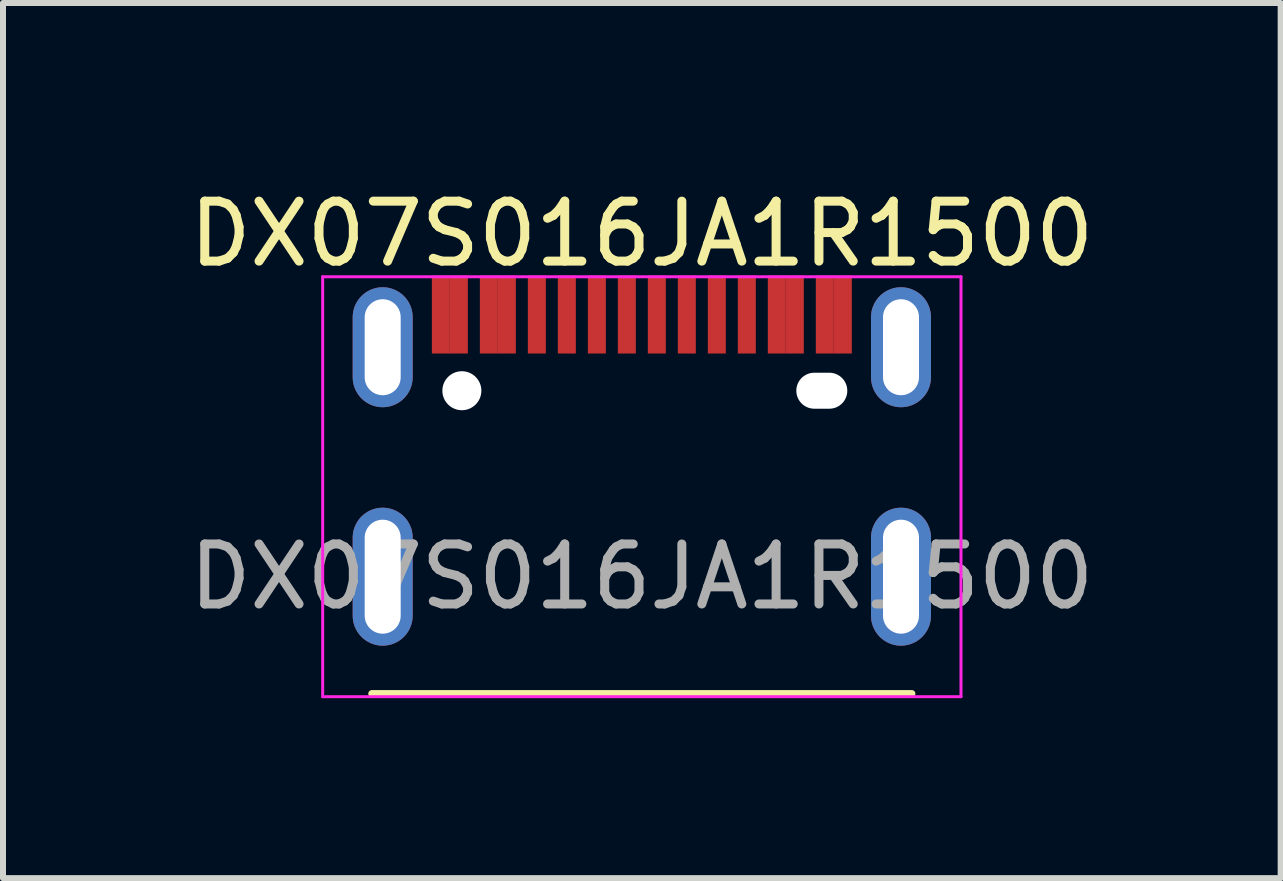
<source format=kicad_pcb>
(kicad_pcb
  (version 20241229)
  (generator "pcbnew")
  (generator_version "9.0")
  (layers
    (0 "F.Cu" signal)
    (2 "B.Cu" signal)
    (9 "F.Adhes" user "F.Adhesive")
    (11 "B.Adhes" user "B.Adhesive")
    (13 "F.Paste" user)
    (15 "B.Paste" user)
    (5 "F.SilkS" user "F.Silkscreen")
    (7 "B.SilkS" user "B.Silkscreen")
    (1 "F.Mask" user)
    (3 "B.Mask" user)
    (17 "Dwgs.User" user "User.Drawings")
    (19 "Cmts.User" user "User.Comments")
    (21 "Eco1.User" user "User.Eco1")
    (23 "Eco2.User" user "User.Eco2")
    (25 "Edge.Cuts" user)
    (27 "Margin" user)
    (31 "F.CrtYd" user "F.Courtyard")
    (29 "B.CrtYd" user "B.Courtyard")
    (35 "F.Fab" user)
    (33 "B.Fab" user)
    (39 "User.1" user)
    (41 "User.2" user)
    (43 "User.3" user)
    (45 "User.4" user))
  (footprint "DX07S016JA1R1500"
    (layer "F.Cu")
    (at 7.649 6.563)
    (property "Reference" "DX07S016JA1R1500" (at 0 -5.715 0) (layer "F.SilkS") (effects (font (size 1 1) (thickness 0.15))))
    (attr smd)
    (fp_line (start 4.5 1.95) (end -4.5 1.95) (stroke (width 0.12) (type solid)) (layer "F.SilkS"))
    (fp_line (start -5.32 -5) (end 5.32 -5) (stroke (width 0.05) (type solid)) (layer "F.CrtYd"))
    (fp_line (start -5.32 2) (end -5.32 -5) (stroke (width 0.05) (type solid)) (layer "F.CrtYd"))
    (fp_line (start 5.32 -5) (end 5.32 2) (stroke (width 0.05) (type solid)) (layer "F.CrtYd"))
    (fp_line (start 5.32 2) (end -5.32 2) (stroke (width 0.05) (type solid)) (layer "F.CrtYd"))
    (fp_text user "${REFERENCE}" (at 0 0 0) (layer "F.Fab") (effects (font (size 1 1) (thickness 0.15))))
    (pad "" np_thru_hole circle (at -3 -3.1) (size 0.65 0.65) (drill 0.65) (layers "*.Cu" "*.Mask"))
    (pad "" np_thru_hole oval (at 3 -3.1) (size 0.85 0.6) (drill oval 0.85 0.6) (layers "*.Cu" "*.Mask"))
    (pad "A1" smd rect (at -3.35 -4.37) (size 0.3 1.3) (layers "F.Cu" "F.Mask" "F.Paste"))
    (pad "A4" smd rect (at -2.55 -4.37) (size 0.3 1.3) (layers "F.Cu" "F.Mask" "F.Paste"))
    (pad "A5" smd rect (at -1.25 -4.37) (size 0.3 1.3) (layers "F.Cu" "F.Mask" "F.Paste"))
    (pad "A6" smd rect (at -0.25 -4.37) (size 0.3 1.3) (layers "F.Cu" "F.Mask" "F.Paste"))
    (pad "A7" smd rect (at 0.25 -4.37) (size 0.3 1.3) (layers "F.Cu" "F.Mask" "F.Paste"))
    (pad "A8" smd rect (at 1.25 -4.37) (size 0.3 1.3) (layers "F.Cu" "F.Mask" "F.Paste"))
    (pad "A9" smd rect (at 2.55 -4.37) (size 0.3 1.3) (layers "F.Cu" "F.Mask" "F.Paste"))
    (pad "A12" smd rect (at 3.35 -4.37) (size 0.3 1.3) (layers "F.Cu" "F.Mask" "F.Paste"))
    (pad "B1" smd rect (at 3.05 -4.37) (size 0.3 1.3) (layers "F.Cu" "F.Mask" "F.Paste"))
    (pad "B4" smd rect (at 2.25 -4.37) (size 0.3 1.3) (layers "F.Cu" "F.Mask" "F.Paste"))
    (pad "B5" smd rect (at 1.75 -4.37) (size 0.3 1.3) (layers "F.Cu" "F.Mask" "F.Paste"))
    (pad "B6" smd rect (at 0.75 -4.37) (size 0.3 1.3) (layers "F.Cu" "F.Mask" "F.Paste"))
    (pad "B7" smd rect (at -0.75 -4.37) (size 0.3 1.3) (layers "F.Cu" "F.Mask" "F.Paste"))
    (pad "B8" smd rect (at -1.75 -4.37) (size 0.3 1.3) (layers "F.Cu" "F.Mask" "F.Paste"))
    (pad "B9" smd rect (at -2.25 -4.37) (size 0.3 1.3) (layers "F.Cu" "F.Mask" "F.Paste"))
    (pad "B12" smd rect (at -3.05 -4.37) (size 0.3 1.3) (layers "F.Cu" "F.Mask" "F.Paste"))
    (pad "S1" thru_hole oval (at -4.32 -3.825) (size 1 2) (drill oval 0.6 1.6) (layers "*.Cu" "*.Mask"))
    (pad "S1" thru_hole oval (at -4.32 0) (size 1 2.3) (drill oval 0.6 1.9) (layers "*.Cu" "*.Mask"))
    (pad "S1" thru_hole oval (at 4.32 -3.825) (size 1 2) (drill oval 0.6 1.6) (layers "*.Cu" "*.Mask"))
    (pad "S1" thru_hole oval (at 4.32 0) (size 1 2.3) (drill oval 0.6 1.9) (layers "*.Cu" "*.Mask")))
  (gr_rect
    (start -3 -3)
    (end 18.298 11.588)
    (stroke (width 0.1) (type default))
    (fill no)
    (layer "Edge.Cuts")))
</source>
